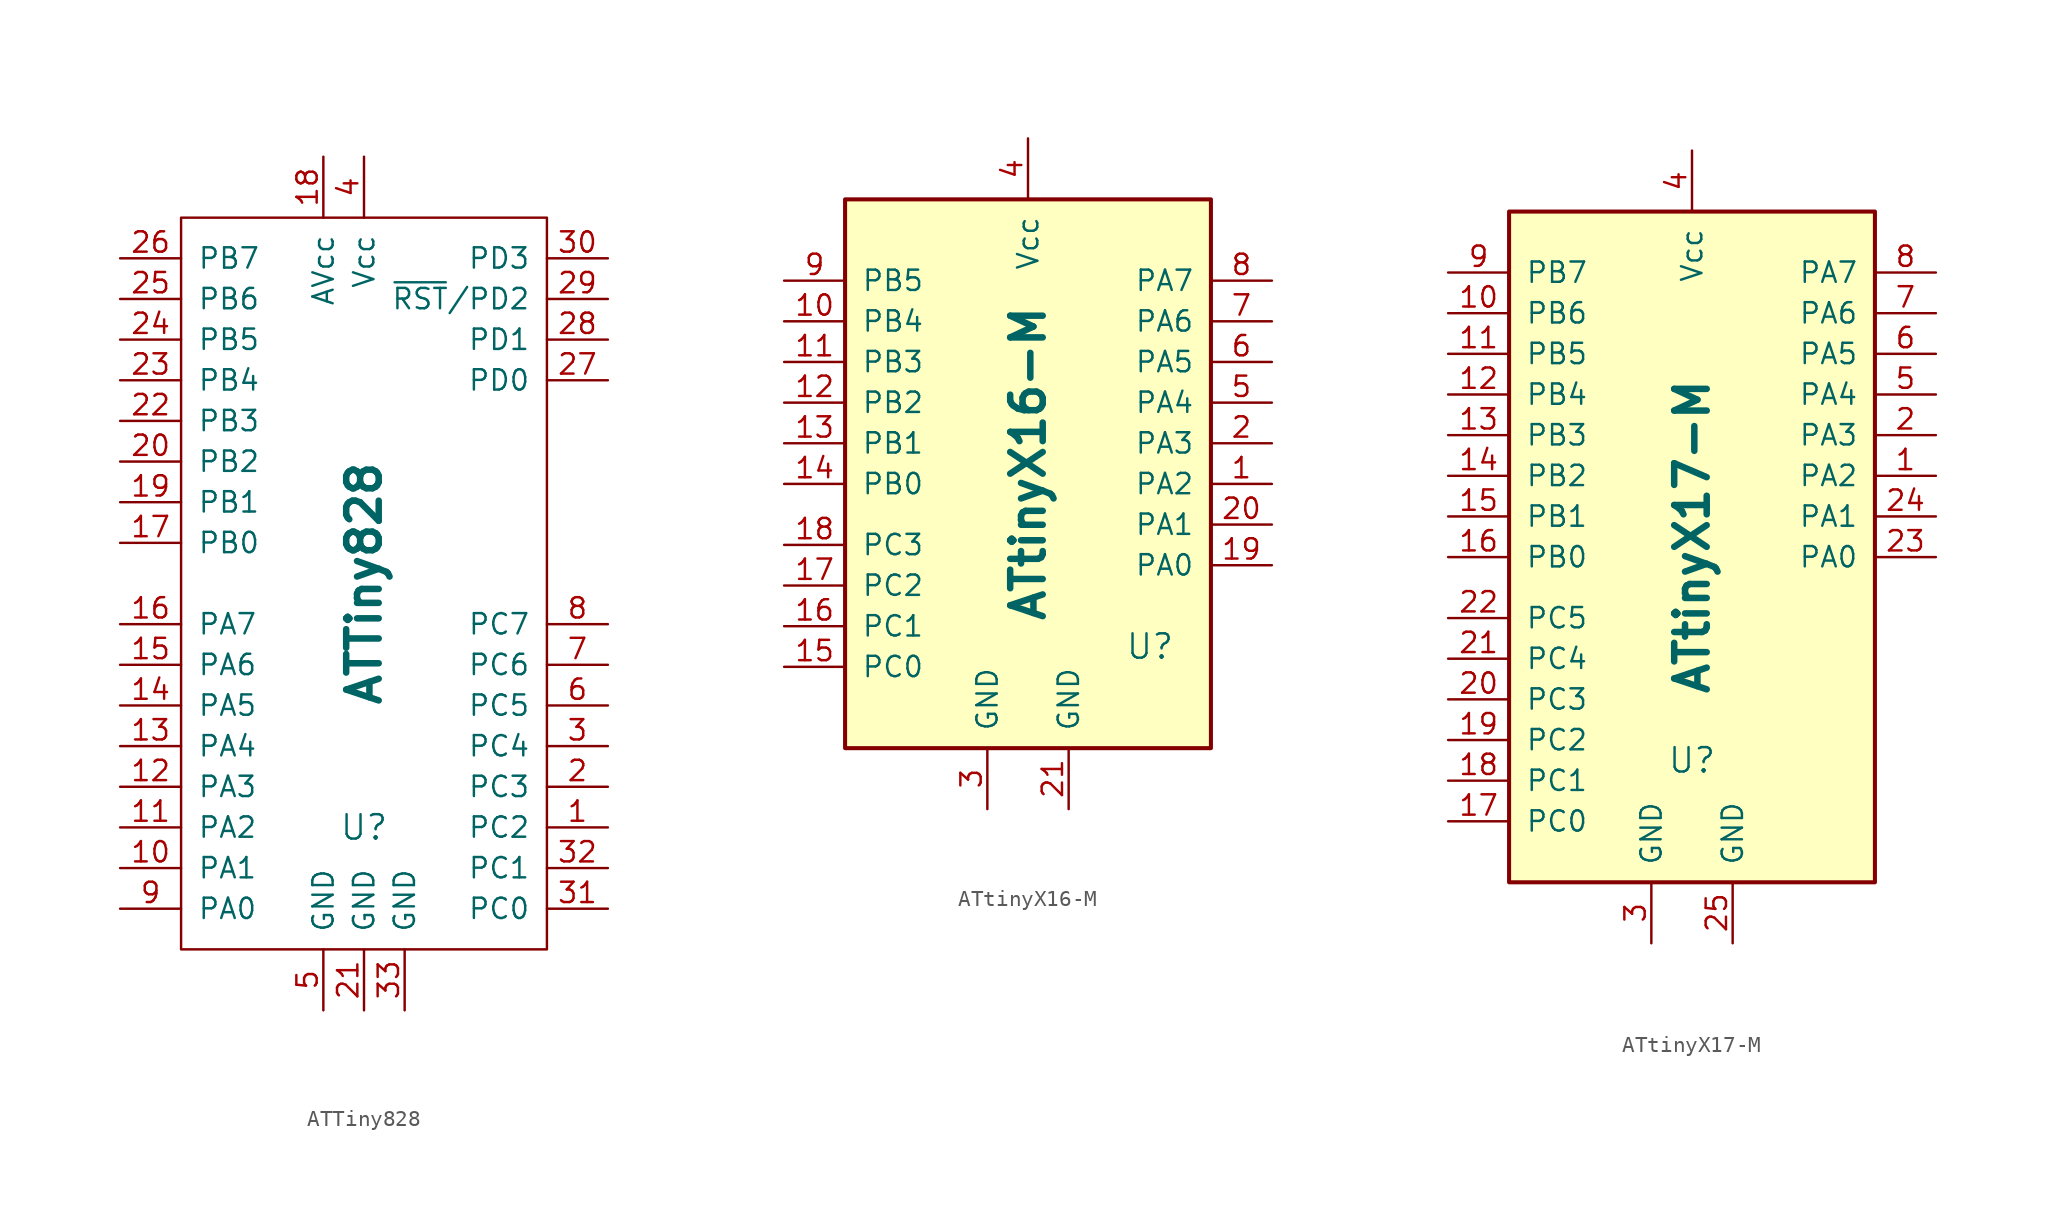
<source format=kicad_sym>
(kicad_symbol_lib
  (version 20231120)
  (generator "kicad_symbol_editor")
  (generator_version "8.0")
  (symbol "ATTiny828"
    (pin_names
      (offset 1.016))
    (property "Reference" "U"
      (at 0 -15.24 0)
      (effects (font (size 1.524 1.524))))
    (property "Value" "ATTiny828"
      (at 0 0 90)
      (effects (font (size 2.032 2.032) (bold yes))))
    (symbol "ATTiny828_0_1"
      (rectangle (start -11.43 22.86) (end 11.43 -22.86) (stroke (width 0) (type default)) (fill (type none))))
    (symbol "ATTiny828_1_1"
      (pin bidirectional line (at 15.24 -15.24 180) (length 3.81) (name "PC2" (effects (font (size 1.27 1.27)))) (number "1" (effects (font (size 1.27 1.27)))))
      (pin bidirectional line (at -15.24 -17.78 0) (length 3.81) (name "PA1" (effects (font (size 1.27 1.27)))) (number "10" (effects (font (size 1.27 1.27)))))
      (pin bidirectional line (at -15.24 -15.24 0) (length 3.81) (name "PA2" (effects (font (size 1.27 1.27)))) (number "11" (effects (font (size 1.27 1.27)))))
      (pin bidirectional line (at -15.24 -12.7 0) (length 3.81) (name "PA3" (effects (font (size 1.27 1.27)))) (number "12" (effects (font (size 1.27 1.27)))))
      (pin bidirectional line (at -15.24 -10.16 0) (length 3.81) (name "PA4" (effects (font (size 1.27 1.27)))) (number "13" (effects (font (size 1.27 1.27)))))
      (pin bidirectional line (at -15.24 -7.62 0) (length 3.81) (name "PA5" (effects (font (size 1.27 1.27)))) (number "14" (effects (font (size 1.27 1.27)))))
      (pin bidirectional line (at -15.24 -5.08 0) (length 3.81) (name "PA6" (effects (font (size 1.27 1.27)))) (number "15" (effects (font (size 1.27 1.27)))))
      (pin bidirectional line (at -15.24 -2.54 0) (length 3.81) (name "PA7" (effects (font (size 1.27 1.27)))) (number "16" (effects (font (size 1.27 1.27)))))
      (pin bidirectional line (at -15.24 2.54 0) (length 3.81) (name "PB0" (effects (font (size 1.27 1.27)))) (number "17" (effects (font (size 1.27 1.27)))))
      (pin power_in line (at -2.54 26.67 270) (length 3.81) (name "AVcc" (effects (font (size 1.27 1.27)))) (number "18" (effects (font (size 1.27 1.27)))))
      (pin bidirectional line (at -15.24 5.08 0) (length 3.81) (name "PB1" (effects (font (size 1.27 1.27)))) (number "19" (effects (font (size 1.27 1.27)))))
      (pin bidirectional line (at 15.24 -12.7 180) (length 3.81) (name "PC3" (effects (font (size 1.27 1.27)))) (number "2" (effects (font (size 1.27 1.27)))))
      (pin bidirectional line (at -15.24 7.62 0) (length 3.81) (name "PB2" (effects (font (size 1.27 1.27)))) (number "20" (effects (font (size 1.27 1.27)))))
      (pin power_in line (at 0 -26.67 90) (length 3.81) (name "GND" (effects (font (size 1.27 1.27)))) (number "21" (effects (font (size 1.27 1.27)))))
      (pin bidirectional line (at -15.24 10.16 0) (length 3.81) (name "PB3" (effects (font (size 1.27 1.27)))) (number "22" (effects (font (size 1.27 1.27)))))
      (pin bidirectional line (at -15.24 12.7 0) (length 3.81) (name "PB4" (effects (font (size 1.27 1.27)))) (number "23" (effects (font (size 1.27 1.27)))))
      (pin bidirectional line (at -15.24 15.24 0) (length 3.81) (name "PB5" (effects (font (size 1.27 1.27)))) (number "24" (effects (font (size 1.27 1.27)))))
      (pin bidirectional line (at -15.24 17.78 0) (length 3.81) (name "PB6" (effects (font (size 1.27 1.27)))) (number "25" (effects (font (size 1.27 1.27)))))
      (pin bidirectional line (at -15.24 20.32 0) (length 3.81) (name "PB7" (effects (font (size 1.27 1.27)))) (number "26" (effects (font (size 1.27 1.27)))))
      (pin bidirectional line (at 15.24 12.7 180) (length 3.81) (name "PD0" (effects (font (size 1.27 1.27)))) (number "27" (effects (font (size 1.27 1.27)))))
      (pin bidirectional line (at 15.24 15.24 180) (length 3.81) (name "PD1" (effects (font (size 1.27 1.27)))) (number "28" (effects (font (size 1.27 1.27)))))
      (pin bidirectional line (at 15.24 17.78 180) (length 3.81) (name "~{RST}/PD2" (effects (font (size 1.27 1.27)))) (number "29" (effects (font (size 1.27 1.27)))))
      (pin bidirectional line (at 15.24 -10.16 180) (length 3.81) (name "PC4" (effects (font (size 1.27 1.27)))) (number "3" (effects (font (size 1.27 1.27)))))
      (pin bidirectional line (at 15.24 20.32 180) (length 3.81) (name "PD3" (effects (font (size 1.27 1.27)))) (number "30" (effects (font (size 1.27 1.27)))))
      (pin bidirectional line (at 15.24 -20.32 180) (length 3.81) (name "PC0" (effects (font (size 1.27 1.27)))) (number "31" (effects (font (size 1.27 1.27)))))
      (pin bidirectional line (at 15.24 -17.78 180) (length 3.81) (name "PC1" (effects (font (size 1.27 1.27)))) (number "32" (effects (font (size 1.27 1.27)))))
      (pin power_in line (at 2.54 -26.67 90) (length 3.81) (name "GND" (effects (font (size 1.27 1.27)))) (number "33" (effects (font (size 1.27 1.27)))))
      (pin power_in line (at 0 26.67 270) (length 3.81) (name "Vcc" (effects (font (size 1.27 1.27)))) (number "4" (effects (font (size 1.27 1.27)))))
      (pin power_in line (at -2.54 -26.67 90) (length 3.81) (name "GND" (effects (font (size 1.27 1.27)))) (number "5" (effects (font (size 1.27 1.27)))))
      (pin bidirectional line (at 15.24 -7.62 180) (length 3.81) (name "PC5" (effects (font (size 1.27 1.27)))) (number "6" (effects (font (size 1.27 1.27)))))
      (pin bidirectional line (at 15.24 -5.08 180) (length 3.81) (name "PC6" (effects (font (size 1.27 1.27)))) (number "7" (effects (font (size 1.27 1.27)))))
      (pin bidirectional line (at 15.24 -2.54 180) (length 3.81) (name "PC7" (effects (font (size 1.27 1.27)))) (number "8" (effects (font (size 1.27 1.27)))))
      (pin bidirectional line (at -15.24 -20.32 0) (length 3.81) (name "PA0" (effects (font (size 1.27 1.27)))) (number "9" (effects (font (size 1.27 1.27)))))))
  (symbol "ATtinyX16-M"
    (pin_names
      (offset 1.016))
    (property "Reference" "U"
      (at 7.62 -11.43 0)
      (effects (font (size 1.524 1.524))))
    (property "Value" "ATtinyX16-M"
      (at 0 0 90)
      (effects (font (size 2.032 2.032) (bold yes))))
    (symbol "ATtinyX16-M_0_1"
      (rectangle (start -11.43 16.51) (end 11.43 -17.78) (stroke (width 0.254) (type default)) (fill (type background))))
    (symbol "ATtinyX16-M_1_1"
      (pin passive line (at 15.24 -1.27 180) (length 3.81) (name "PA2" (effects (font (size 1.27 1.27)))) (number "1" (effects (font (size 1.27 1.27)))))
      (pin passive line (at -15.24 8.89 0) (length 3.81) (name "PB4" (effects (font (size 1.27 1.27)))) (number "10" (effects (font (size 1.27 1.27)))))
      (pin passive line (at -15.24 6.35 0) (length 3.81) (name "PB3" (effects (font (size 1.27 1.27)))) (number "11" (effects (font (size 1.27 1.27)))))
      (pin passive line (at -15.24 3.81 0) (length 3.81) (name "PB2" (effects (font (size 1.27 1.27)))) (number "12" (effects (font (size 1.27 1.27)))))
      (pin passive line (at -15.24 1.27 0) (length 3.81) (name "PB1" (effects (font (size 1.27 1.27)))) (number "13" (effects (font (size 1.27 1.27)))))
      (pin passive line (at -15.24 -1.27 0) (length 3.81) (name "PB0" (effects (font (size 1.27 1.27)))) (number "14" (effects (font (size 1.27 1.27)))))
      (pin passive line (at -15.24 -12.7 0) (length 3.81) (name "PC0" (effects (font (size 1.27 1.27)))) (number "15" (effects (font (size 1.27 1.27)))))
      (pin passive line (at -15.24 -10.16 0) (length 3.81) (name "PC1" (effects (font (size 1.27 1.27)))) (number "16" (effects (font (size 1.27 1.27)))))
      (pin passive line (at -15.24 -7.62 0) (length 3.81) (name "PC2" (effects (font (size 1.27 1.27)))) (number "17" (effects (font (size 1.27 1.27)))))
      (pin passive line (at -15.24 -5.08 0) (length 3.81) (name "PC3" (effects (font (size 1.27 1.27)))) (number "18" (effects (font (size 1.27 1.27)))))
      (pin passive line (at 15.24 -6.35 180) (length 3.81) (name "PA0" (effects (font (size 1.27 1.27)))) (number "19" (effects (font (size 1.27 1.27)))))
      (pin passive line (at 15.24 1.27 180) (length 3.81) (name "PA3" (effects (font (size 1.27 1.27)))) (number "2" (effects (font (size 1.27 1.27)))))
      (pin passive line (at 15.24 -3.81 180) (length 3.81) (name "PA1" (effects (font (size 1.27 1.27)))) (number "20" (effects (font (size 1.27 1.27)))))
      (pin power_in line (at 2.54 -21.59 90) (length 3.81) (name "GND" (effects (font (size 1.27 1.27)))) (number "21" (effects (font (size 1.27 1.27)))))
      (pin power_in line (at -2.54 -21.59 90) (length 3.81) (name "GND" (effects (font (size 1.27 1.27)))) (number "3" (effects (font (size 1.27 1.27)))))
      (pin power_in line (at 0 20.32 270) (length 3.81) (name "Vcc" (effects (font (size 1.27 1.27)))) (number "4" (effects (font (size 1.27 1.27)))))
      (pin passive line (at 15.24 3.81 180) (length 3.81) (name "PA4" (effects (font (size 1.27 1.27)))) (number "5" (effects (font (size 1.27 1.27)))))
      (pin passive line (at 15.24 6.35 180) (length 3.81) (name "PA5" (effects (font (size 1.27 1.27)))) (number "6" (effects (font (size 1.27 1.27)))))
      (pin passive line (at 15.24 8.89 180) (length 3.81) (name "PA6" (effects (font (size 1.27 1.27)))) (number "7" (effects (font (size 1.27 1.27)))))
      (pin passive line (at 15.24 11.43 180) (length 3.81) (name "PA7" (effects (font (size 1.27 1.27)))) (number "8" (effects (font (size 1.27 1.27)))))
      (pin passive line (at -15.24 11.43 0) (length 3.81) (name "PB5" (effects (font (size 1.27 1.27)))) (number "9" (effects (font (size 1.27 1.27)))))))
  (symbol "ATtinyX17-M"
    (pin_names
      (offset 1.016))
    (property "Reference" "U"
      (at 0 -13.97 0)
      (effects (font (size 1.524 1.524))))
    (property "Value" "ATtinyX17-M"
      (at 0 0 90)
      (effects (font (size 2.032 2.032) (bold yes))))
    (symbol "ATtinyX17-M_0_1"
      (rectangle (start -11.43 20.32) (end 11.43 -21.59) (stroke (width 0.254) (type default)) (fill (type background))))
    (symbol "ATtinyX17-M_1_1"
      (pin passive line (at 15.24 3.81 180) (length 3.81) (name "PA2" (effects (font (size 1.27 1.27)))) (number "1" (effects (font (size 1.27 1.27)))))
      (pin passive line (at -15.24 13.97 0) (length 3.81) (name "PB6" (effects (font (size 1.27 1.27)))) (number "10" (effects (font (size 1.27 1.27)))))
      (pin passive line (at -15.24 11.43 0) (length 3.81) (name "PB5" (effects (font (size 1.27 1.27)))) (number "11" (effects (font (size 1.27 1.27)))))
      (pin passive line (at -15.24 8.89 0) (length 3.81) (name "PB4" (effects (font (size 1.27 1.27)))) (number "12" (effects (font (size 1.27 1.27)))))
      (pin passive line (at -15.24 6.35 0) (length 3.81) (name "PB3" (effects (font (size 1.27 1.27)))) (number "13" (effects (font (size 1.27 1.27)))))
      (pin passive line (at -15.24 3.81 0) (length 3.81) (name "PB2" (effects (font (size 1.27 1.27)))) (number "14" (effects (font (size 1.27 1.27)))))
      (pin passive line (at -15.24 1.27 0) (length 3.81) (name "PB1" (effects (font (size 1.27 1.27)))) (number "15" (effects (font (size 1.27 1.27)))))
      (pin passive line (at -15.24 -1.27 0) (length 3.81) (name "PB0" (effects (font (size 1.27 1.27)))) (number "16" (effects (font (size 1.27 1.27)))))
      (pin passive line (at -15.24 -17.78 0) (length 3.81) (name "PC0" (effects (font (size 1.27 1.27)))) (number "17" (effects (font (size 1.27 1.27)))))
      (pin passive line (at -15.24 -15.24 0) (length 3.81) (name "PC1" (effects (font (size 1.27 1.27)))) (number "18" (effects (font (size 1.27 1.27)))))
      (pin passive line (at -15.24 -12.7 0) (length 3.81) (name "PC2" (effects (font (size 1.27 1.27)))) (number "19" (effects (font (size 1.27 1.27)))))
      (pin passive line (at 15.24 6.35 180) (length 3.81) (name "PA3" (effects (font (size 1.27 1.27)))) (number "2" (effects (font (size 1.27 1.27)))))
      (pin passive line (at -15.24 -10.16 0) (length 3.81) (name "PC3" (effects (font (size 1.27 1.27)))) (number "20" (effects (font (size 1.27 1.27)))))
      (pin passive line (at -15.24 -7.62 0) (length 3.81) (name "PC4" (effects (font (size 1.27 1.27)))) (number "21" (effects (font (size 1.27 1.27)))))
      (pin passive line (at -15.24 -5.08 0) (length 3.81) (name "PC5" (effects (font (size 1.27 1.27)))) (number "22" (effects (font (size 1.27 1.27)))))
      (pin passive line (at 15.24 -1.27 180) (length 3.81) (name "PA0" (effects (font (size 1.27 1.27)))) (number "23" (effects (font (size 1.27 1.27)))))
      (pin passive line (at 15.24 1.27 180) (length 3.81) (name "PA1" (effects (font (size 1.27 1.27)))) (number "24" (effects (font (size 1.27 1.27)))))
      (pin power_in line (at 2.54 -25.4 90) (length 3.81) (name "GND" (effects (font (size 1.27 1.27)))) (number "25" (effects (font (size 1.27 1.27)))))
      (pin power_in line (at -2.54 -25.4 90) (length 3.81) (name "GND" (effects (font (size 1.27 1.27)))) (number "3" (effects (font (size 1.27 1.27)))))
      (pin power_in line (at 0 24.13 270) (length 3.81) (name "Vcc" (effects (font (size 1.27 1.27)))) (number "4" (effects (font (size 1.27 1.27)))))
      (pin passive line (at 15.24 8.89 180) (length 3.81) (name "PA4" (effects (font (size 1.27 1.27)))) (number "5" (effects (font (size 1.27 1.27)))))
      (pin passive line (at 15.24 11.43 180) (length 3.81) (name "PA5" (effects (font (size 1.27 1.27)))) (number "6" (effects (font (size 1.27 1.27)))))
      (pin passive line (at 15.24 13.97 180) (length 3.81) (name "PA6" (effects (font (size 1.27 1.27)))) (number "7" (effects (font (size 1.27 1.27)))))
      (pin passive line (at 15.24 16.51 180) (length 3.81) (name "PA7" (effects (font (size 1.27 1.27)))) (number "8" (effects (font (size 1.27 1.27)))))
      (pin passive line (at -15.24 16.51 0) (length 3.81) (name "PB7" (effects (font (size 1.27 1.27)))) (number "9" (effects (font (size 1.27 1.27))))))))
</source>
